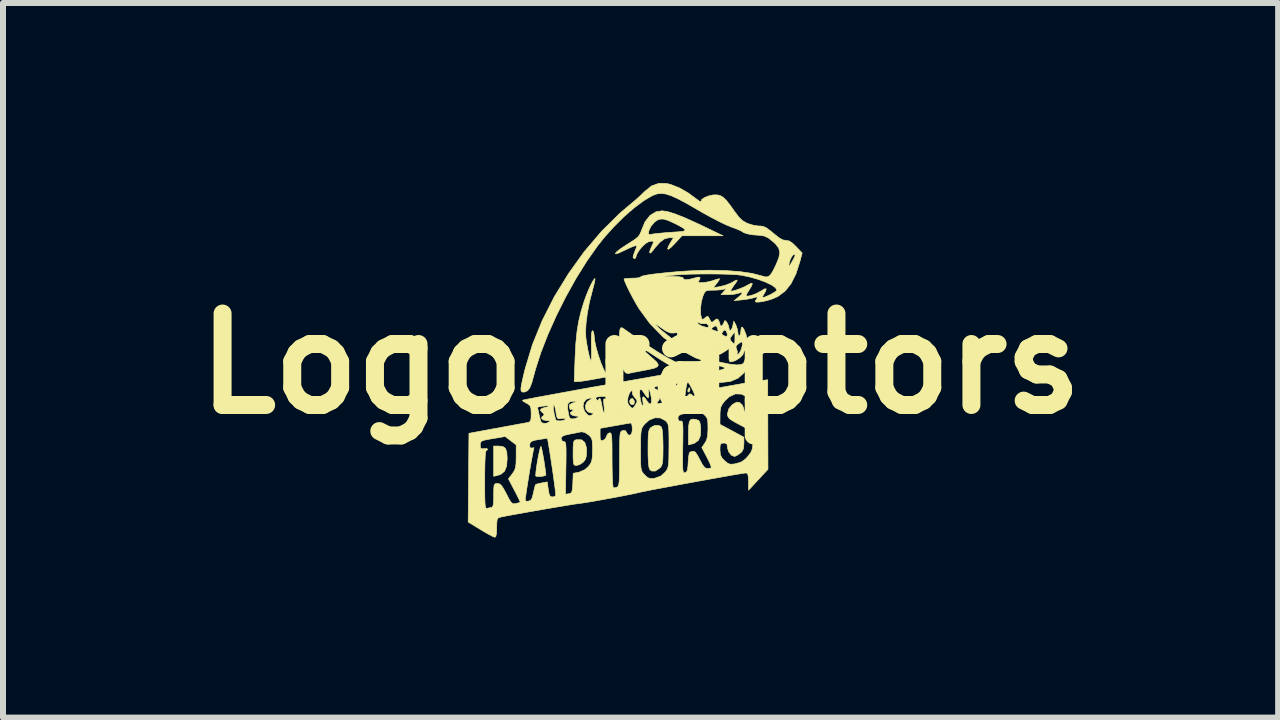
<source format=kicad_pcb>
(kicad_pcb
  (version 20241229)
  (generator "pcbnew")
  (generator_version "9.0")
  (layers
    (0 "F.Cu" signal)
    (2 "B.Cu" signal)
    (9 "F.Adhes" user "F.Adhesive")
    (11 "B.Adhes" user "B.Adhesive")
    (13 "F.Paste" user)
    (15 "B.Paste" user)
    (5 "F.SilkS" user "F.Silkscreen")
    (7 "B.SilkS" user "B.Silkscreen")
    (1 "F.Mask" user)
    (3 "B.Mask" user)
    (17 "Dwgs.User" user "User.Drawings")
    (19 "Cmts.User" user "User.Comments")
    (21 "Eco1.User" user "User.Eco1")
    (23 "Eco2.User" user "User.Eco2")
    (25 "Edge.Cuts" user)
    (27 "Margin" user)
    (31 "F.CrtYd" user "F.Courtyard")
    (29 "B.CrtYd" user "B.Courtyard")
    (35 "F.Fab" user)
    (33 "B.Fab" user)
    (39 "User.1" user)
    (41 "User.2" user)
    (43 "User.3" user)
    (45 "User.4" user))
  (footprint "Logo raptors"
    (layer "F.Cu")
    (at 7.627 3.011)
    (property "Reference" "Logo raptors" (at 0 0 0) (layer "F.SilkS") (effects (font (size 1.524 1.524) (thickness 0.3))))
    (attr through_hole)
    (fp_poly (pts (xy 0.823 0.42) (xy 0.824 0.437) (xy 0.811 0.47) (xy 0.8 0.475) (xy 0.786 0.456) (xy 0.79 0.437) (xy 0.808 0.404) (xy 0.814 0.4) (xy 0.823 0.42)) (stroke (width 0.01) (type solid)) (fill yes) (layer "F.SilkS"))
    (fp_poly (pts (xy -0.356 0.537) (xy -0.357 0.563) (xy -0.389 0.584) (xy -0.428 0.598) (xy -0.447 0.593) (xy -0.457 0.583) (xy -0.464 0.553) (xy -0.433 0.53) (xy -0.398 0.524) (xy -0.356 0.537)) (stroke (width 0.01) (type solid)) (fill yes) (layer "F.SilkS"))
    (fp_poly (pts (xy -0.128 0.585) (xy -0.103 0.623) (xy -0.107 0.668) (xy -0.122 0.685) (xy -0.155 0.681) (xy -0.171 0.667) (xy -0.183 0.628) (xy -0.169 0.592) (xy -0.139 0.581) (xy -0.128 0.585)) (stroke (width 0.01) (type solid)) (fill yes) (layer "F.SilkS"))
    (fp_poly (pts (xy -2.295 1.382) (xy -2.252 1.412) (xy -2.23 1.474) (xy -2.223 1.575) (xy -2.223 1.588) (xy -2.233 1.71) (xy -2.266 1.793) (xy -2.327 1.844) (xy -2.379 1.862) (xy -2.448 1.879) (xy -2.448 1.374) (xy -2.365 1.374) (xy -2.295 1.382)) (stroke (width 0.01) (type solid)) (fill yes) (layer "F.SilkS"))
    (fp_poly (pts (xy 0.934 0.934) (xy 0.97 0.949) (xy 0.989 0.98) (xy 1 1.04) (xy 1.003 1.085) (xy 0.998 1.201) (xy 0.965 1.279) (xy 0.901 1.326) (xy 0.865 1.338) (xy 0.799 1.354) (xy 0.799 1.151) (xy 0.802 1.038) (xy 0.814 0.967) (xy 0.839 0.932) (xy 0.882 0.924) (xy 0.934 0.934)) (stroke (width 0.01) (type solid)) (fill yes) (layer "F.SilkS"))
    (fp_poly (pts (xy -0.982 1.27) (xy -0.929 1.314) (xy -0.902 1.4) (xy -0.899 1.458) (xy -0.904 1.546) (xy -0.924 1.604) (xy -0.957 1.644) (xy -1.015 1.683) (xy -1.069 1.698) (xy -1.096 1.695) (xy -1.112 1.679) (xy -1.12 1.641) (xy -1.124 1.57) (xy -1.124 1.489) (xy -1.123 1.387) (xy -1.119 1.324) (xy -1.108 1.29) (xy -1.089 1.274) (xy -1.062 1.268) (xy -0.982 1.27)) (stroke (width 0.01) (type solid)) (fill yes) (layer "F.SilkS"))
    (fp_poly (pts (xy -1.659 1.38) (xy -1.65 1.407) (xy -1.637 1.47) (xy -1.621 1.555) (xy -1.605 1.649) (xy -1.592 1.74) (xy -1.582 1.812) (xy -1.578 1.855) (xy -1.579 1.861) (xy -1.616 1.874) (xy -1.67 1.882) (xy -1.721 1.882) (xy -1.748 1.873) (xy -1.748 1.871) (xy -1.744 1.81) (xy -1.734 1.727) (xy -1.719 1.632) (xy -1.702 1.538) (xy -1.685 1.456) (xy -1.67 1.4) (xy -1.66 1.379) (xy -1.659 1.38)) (stroke (width 0.01) (type solid)) (fill yes) (layer "F.SilkS"))
    (fp_poly (pts (xy 0.307 1.031) (xy 0.345 1.054) (xy 0.36 1.097) (xy 0.37 1.188) (xy 0.374 1.33) (xy 0.375 1.387) (xy 0.374 1.515) (xy 0.371 1.604) (xy 0.364 1.662) (xy 0.352 1.7) (xy 0.333 1.728) (xy 0.317 1.744) (xy 0.246 1.791) (xy 0.185 1.79) (xy 0.155 1.768) (xy 0.14 1.727) (xy 0.13 1.639) (xy 0.125 1.502) (xy 0.125 1.422) (xy 0.126 1.288) (xy 0.129 1.195) (xy 0.136 1.134) (xy 0.148 1.095) (xy 0.166 1.07) (xy 0.171 1.065) (xy 0.238 1.029) (xy 0.307 1.031)) (stroke (width 0.01) (type solid)) (fill yes) (layer "F.SilkS"))
    (fp_poly (pts (xy -0.761 -1.389) (xy -0.774 -1.325) (xy -0.797 -1.237) (xy -0.81 -1.189) (xy -0.853 -1.019) (xy -0.886 -0.843) (xy -0.908 -0.674) (xy -0.916 -0.527) (xy -0.911 -0.428) (xy -0.894 -0.318) (xy -0.875 -0.214) (xy -0.855 -0.128) (xy -0.838 -0.069) (xy -0.826 -0.05) (xy -0.821 -0.073) (xy -0.818 -0.136) (xy -0.818 -0.227) (xy -0.82 -0.3) (xy -0.821 -0.431) (xy -0.816 -0.514) (xy -0.804 -0.548) (xy -0.801 -0.549) (xy -0.783 -0.528) (xy -0.774 -0.474) (xy -0.774 -0.468) (xy -0.765 -0.382) (xy -0.74 -0.267) (xy -0.703 -0.138) (xy -0.661 -0.014) (xy -0.617 0.09) (xy -0.612 0.099) (xy -0.552 0.219) (xy -0.773 0.259) (xy -0.879 0.278) (xy -0.971 0.292) (xy -1.036 0.299) (xy -1.05 0.3) (xy -1.106 0.3) (xy -1.091 -0.106) (xy -1.079 -0.334) (xy -1.06 -0.528) (xy -1.032 -0.701) (xy -0.992 -0.868) (xy -0.945 -1.024) (xy -0.91 -1.123) (xy -0.87 -1.222) (xy -0.83 -1.31) (xy -0.794 -1.377) (xy -0.769 -1.414) (xy -0.759 -1.417) (xy -0.761 -1.389)) (stroke (width 0.01) (type solid)) (fill yes) (layer "F.SilkS"))
    (fp_poly (pts (xy 0.446 -2.535) (xy 0.569 -2.498) (xy 0.729 -2.435) (xy 0.929 -2.345) (xy 1.043 -2.291) (xy 1.375 -2.131) (xy 0.69 -2.131) (xy 0.57 -2) (xy 0.503 -1.933) (xy 0.463 -1.905) (xy 0.451 -1.915) (xy 0.469 -1.963) (xy 0.499 -2.017) (xy 0.549 -2.098) (xy 0.472 -2.098) (xy 0.402 -2.081) (xy 0.327 -2.027) (xy 0.242 -1.933) (xy 0.206 -1.886) (xy 0.17 -1.846) (xy 0.152 -1.846) (xy 0.156 -1.881) (xy 0.181 -1.945) (xy 0.188 -1.958) (xy 0.214 -2.017) (xy 0.207 -2.042) (xy 0.162 -2.039) (xy 0.138 -2.033) (xy 0.086 -2.004) (xy 0.025 -1.947) (xy -0.03 -1.879) (xy -0.067 -1.815) (xy -0.075 -1.782) (xy -0.09 -1.751) (xy -0.1 -1.748) (xy -0.124 -1.767) (xy -0.125 -1.774) (xy -0.116 -1.812) (xy -0.094 -1.874) (xy -0.088 -1.888) (xy -0.066 -1.945) (xy -0.066 -1.966) (xy -0.092 -1.963) (xy -0.107 -1.959) (xy -0.161 -1.938) (xy -0.237 -1.903) (xy -0.283 -1.881) (xy -0.367 -1.842) (xy -0.412 -1.829) (xy -0.42 -1.838) (xy -0.393 -1.868) (xy -0.334 -1.914) (xy -0.244 -1.974) (xy -0.177 -2.016) (xy -0.09 -2.073) (xy -0.036 -2.119) (xy -0.007 -2.164) (xy 0.131 -2.164) (xy 0.148 -2.15) (xy 0.192 -2.158) (xy 0.247 -2.166) (xy 0.336 -2.175) (xy 0.447 -2.185) (xy 0.522 -2.19) (xy 0.645 -2.198) (xy 0.719 -2.208) (xy 0.745 -2.224) (xy 0.726 -2.25) (xy 0.663 -2.288) (xy 0.574 -2.334) (xy 0.46 -2.387) (xy 0.374 -2.411) (xy 0.307 -2.406) (xy 0.249 -2.372) (xy 0.229 -2.355) (xy 0.176 -2.292) (xy 0.142 -2.225) (xy 0.139 -2.213) (xy 0.131 -2.164) (xy -0.007 -2.164) (xy -0.004 -2.168) (xy 0.013 -2.214) (xy 0.074 -2.362) (xy 0.157 -2.469) (xy 0.259 -2.531) (xy 0.36 -2.547) (xy 0.446 -2.535)) (stroke (width 0.01) (type solid)) (fill yes) (layer "F.SilkS"))
    (fp_poly (pts (xy 0.443 -3.001) (xy 0.509 -2.984) (xy 0.655 -2.926) (xy 0.793 -2.846) (xy 0.918 -2.754) (xy 0.972 -2.714) (xy 1.005 -2.698) (xy 1.01 -2.705) (xy 1.021 -2.737) (xy 1.068 -2.769) (xy 1.136 -2.795) (xy 1.212 -2.812) (xy 1.282 -2.812) (xy 1.287 -2.811) (xy 1.337 -2.797) (xy 1.383 -2.768) (xy 1.433 -2.718) (xy 1.494 -2.64) (xy 1.571 -2.532) (xy 1.639 -2.442) (xy 1.699 -2.384) (xy 1.766 -2.345) (xy 1.794 -2.333) (xy 1.88 -2.307) (xy 1.962 -2.294) (xy 1.989 -2.294) (xy 2.041 -2.289) (xy 2.096 -2.264) (xy 2.168 -2.211) (xy 2.214 -2.173) (xy 2.305 -2.1) (xy 2.373 -2.062) (xy 2.425 -2.053) (xy 2.477 -2.045) (xy 2.536 -2.005) (xy 2.591 -1.952) (xy 2.694 -1.844) (xy 2.657 -1.704) (xy 2.591 -1.498) (xy 2.51 -1.335) (xy 2.412 -1.211) (xy 2.293 -1.122) (xy 2.269 -1.11) (xy 2.195 -1.078) (xy 2.112 -1.052) (xy 2.032 -1.034) (xy 1.965 -1.025) (xy 1.921 -1.027) (xy 1.911 -1.043) (xy 1.917 -1.051) (xy 1.945 -1.092) (xy 1.939 -1.112) (xy 1.904 -1.103) (xy 1.857 -1.089) (xy 1.778 -1.074) (xy 1.711 -1.065) (xy 1.561 -1.05) (xy 1.63 -1.106) (xy 1.683 -1.156) (xy 1.695 -1.182) (xy 1.666 -1.184) (xy 1.634 -1.173) (xy 1.569 -1.158) (xy 1.483 -1.15) (xy 1.456 -1.149) (xy 1.341 -1.149) (xy 1.389 -1.203) (xy 1.419 -1.24) (xy 1.417 -1.249) (xy 1.39 -1.241) (xy 1.34 -1.231) (xy 1.261 -1.225) (xy 1.212 -1.224) (xy 1.134 -1.222) (xy 1.09 -1.21) (xy 1.064 -1.18) (xy 1.039 -1.123) (xy 1.013 -1.028) (xy 1 -0.92) (xy 1.002 -0.82) (xy 1.015 -0.763) (xy 1.03 -0.736) (xy 1.054 -0.745) (xy 1.076 -0.764) (xy 1.111 -0.789) (xy 1.132 -0.778) (xy 1.152 -0.74) (xy 1.176 -0.695) (xy 1.199 -0.692) (xy 1.229 -0.717) (xy 1.267 -0.745) (xy 1.291 -0.736) (xy 1.3 -0.723) (xy 1.321 -0.674) (xy 1.323 -0.656) (xy 1.335 -0.626) (xy 1.361 -0.633) (xy 1.385 -0.672) (xy 1.388 -0.679) (xy 1.403 -0.717) (xy 1.421 -0.71) (xy 1.439 -0.687) (xy 1.467 -0.63) (xy 1.474 -0.595) (xy 1.482 -0.554) (xy 1.503 -0.555) (xy 1.526 -0.591) (xy 1.537 -0.629) (xy 1.554 -0.708) (xy 1.588 -0.648) (xy 1.614 -0.574) (xy 1.623 -0.517) (xy 1.63 -0.471) (xy 1.648 -0.462) (xy 1.666 -0.496) (xy 1.673 -0.552) (xy 1.68 -0.604) (xy 1.697 -0.609) (xy 1.724 -0.57) (xy 1.757 -0.488) (xy 1.759 -0.481) (xy 1.808 -0.287) (xy 1.817 -0.114) (xy 1.788 0.034) (xy 1.724 0.154) (xy 1.625 0.243) (xy 1.495 0.298) (xy 1.336 0.315) (xy 1.232 0.306) (xy 1.074 0.284) (xy 1.074 0.367) (xy 1.078 0.423) (xy 1.097 0.442) (xy 1.13 0.438) (xy 1.204 0.423) (xy 1.312 0.402) (xy 1.444 0.378) (xy 1.585 0.353) (xy 1.724 0.328) (xy 1.848 0.307) (xy 1.944 0.292) (xy 1.99 0.285) (xy 2.12 0.269) (xy 2.122 1.015) (xy 2.124 1.762) (xy 1.962 1.936) (xy 1.801 2.11) (xy 1.799 1.967) (xy 1.796 1.885) (xy 1.787 1.841) (xy 1.767 1.825) (xy 1.752 1.823) (xy 1.716 1.828) (xy 1.639 1.84) (xy 1.526 1.859) (xy 1.385 1.884) (xy 1.223 1.913) (xy 1.047 1.945) (xy 0.864 1.978) (xy 0.681 2.012) (xy 0.504 2.045) (xy 0.342 2.075) (xy 0.2 2.102) (xy 0.086 2.125) (xy 0.007 2.141) (xy -0.025 2.148) (xy -0.097 2.165) (xy -0.206 2.187) (xy -0.342 2.214) (xy -0.493 2.242) (xy -0.647 2.27) (xy -0.793 2.296) (xy -0.92 2.317) (xy -1.015 2.331) (xy -1.049 2.335) (xy -1.106 2.343) (xy -1.203 2.359) (xy -1.331 2.38) (xy -1.481 2.405) (xy -1.643 2.433) (xy -1.808 2.462) (xy -1.967 2.49) (xy -2.11 2.516) (xy -2.23 2.538) (xy -2.315 2.555) (xy -2.341 2.561) (xy -2.372 2.572) (xy -2.389 2.597) (xy -2.396 2.648) (xy -2.398 2.735) (xy -2.401 2.832) (xy -2.413 2.883) (xy -2.429 2.895) (xy -2.463 2.882) (xy -2.528 2.848) (xy -2.613 2.799) (xy -2.666 2.767) (xy -2.873 2.641) (xy -2.866 1.901) (xy -2.862 1.366) (xy -2.672 1.366) (xy -2.665 1.411) (xy -2.633 1.421) (xy -2.61 1.417) (xy -2.564 1.416) (xy -2.547 1.427) (xy -2.567 1.448) (xy -2.572 1.449) (xy -2.582 1.473) (xy -2.589 1.544) (xy -2.594 1.66) (xy -2.597 1.816) (xy -2.597 1.938) (xy -2.597 2.107) (xy -2.596 2.232) (xy -2.593 2.319) (xy -2.588 2.374) (xy -2.58 2.404) (xy -2.569 2.414) (xy -2.558 2.413) (xy -2.502 2.399) (xy -2.483 2.398) (xy -2.465 2.386) (xy -2.454 2.347) (xy -2.448 2.272) (xy -2.448 2.198) (xy -2.447 2.099) (xy -2.443 2.039) (xy -2.432 2.01) (xy -2.411 1.999) (xy -2.385 1.998) (xy -2.35 2.005) (xy -2.317 2.033) (xy -2.28 2.089) (xy -2.235 2.173) (xy -2.19 2.261) (xy -2.157 2.312) (xy -2.13 2.334) (xy -2.1 2.336) (xy -2.079 2.332) (xy -2.027 2.319) (xy -2.005 2.312) (xy -2.013 2.289) (xy -2.017 2.281) (xy -1.923 2.281) (xy -1.902 2.294) (xy -1.867 2.293) (xy -1.832 2.279) (xy -1.808 2.241) (xy -1.788 2.166) (xy -1.786 2.156) (xy -1.77 2.081) (xy -1.755 2.029) (xy -1.748 2.016) (xy -1.718 2.004) (xy -1.658 1.991) (xy -1.645 1.988) (xy -1.555 1.972) (xy -1.538 2.097) (xy -1.524 2.174) (xy -1.505 2.212) (xy -1.475 2.223) (xy -1.474 2.223) (xy -1.429 2.214) (xy -1.415 2.204) (xy -1.415 2.175) (xy -1.422 2.105) (xy -1.435 2.004) (xy -1.452 1.879) (xy -1.472 1.739) (xy -1.494 1.594) (xy -1.516 1.452) (xy -1.537 1.327) (xy -1.55 1.251) (xy -1.324 1.251) (xy -1.305 1.291) (xy -1.28 1.299) (xy -1.264 1.302) (xy -1.253 1.317) (xy -1.246 1.35) (xy -1.242 1.409) (xy -1.241 1.499) (xy -1.242 1.628) (xy -1.244 1.738) (xy -1.251 2.177) (xy -1.194 2.169) (xy -1.163 2.16) (xy -1.145 2.136) (xy -1.135 2.087) (xy -1.129 2) (xy -1.129 1.994) (xy -1.122 1.828) (xy -1.029 1.811) (xy -0.929 1.768) (xy -0.869 1.715) (xy -0.834 1.669) (xy -0.814 1.622) (xy -0.804 1.56) (xy -0.8 1.466) (xy -0.8 1.441) (xy -0.801 1.341) (xy -0.807 1.278) (xy -0.822 1.236) (xy -0.85 1.203) (xy -0.868 1.187) (xy -0.929 1.148) (xy -0.984 1.136) (xy -0.987 1.137) (xy -1.038 1.147) (xy -1.118 1.163) (xy -1.18 1.175) (xy -1.264 1.194) (xy -1.308 1.215) (xy -1.323 1.242) (xy -1.324 1.251) (xy -1.55 1.251) (xy -1.552 1.244) (xy -1.666 1.261) (xy -1.76 1.277) (xy -1.815 1.295) (xy -1.841 1.32) (xy -1.848 1.357) (xy -1.848 1.363) (xy -1.84 1.405) (xy -1.81 1.407) (xy -1.806 1.406) (xy -1.777 1.402) (xy -1.781 1.432) (xy -1.784 1.438) (xy -1.792 1.474) (xy -1.806 1.549) (xy -1.825 1.652) (xy -1.846 1.773) (xy -1.867 1.901) (xy -1.887 2.026) (xy -1.904 2.137) (xy -1.916 2.224) (xy -1.922 2.275) (xy -1.923 2.281) (xy -2.017 2.281) (xy -2.04 2.233) (xy -2.08 2.153) (xy -2.101 2.114) (xy -2.202 1.921) (xy -2.137 1.836) (xy -2.104 1.787) (xy -2.085 1.736) (xy -2.076 1.668) (xy -2.073 1.569) (xy -2.073 1.553) (xy -2.073 1.355) (xy -2.164 1.285) (xy -2.256 1.215) (xy -2.445 1.247) (xy -2.552 1.265) (xy -2.618 1.28) (xy -2.654 1.297) (xy -2.669 1.32) (xy -2.672 1.354) (xy -2.672 1.366) (xy -2.862 1.366) (xy -2.86 1.162) (xy -2.423 1.081) (xy -2.407 1.079) (xy -0.674 1.079) (xy -0.674 1.186) (xy -0.672 1.253) (xy -0.659 1.281) (xy -0.632 1.283) (xy -0.626 1.281) (xy -0.583 1.249) (xy -0.57 1.215) (xy -0.546 1.169) (xy -0.518 1.154) (xy -0.503 1.154) (xy -0.492 1.166) (xy -0.484 1.197) (xy -0.479 1.253) (xy -0.476 1.339) (xy -0.475 1.464) (xy -0.475 1.609) (xy -0.473 1.762) (xy -0.47 1.892) (xy -0.465 1.992) (xy -0.458 2.054) (xy -0.452 2.073) (xy -0.41 2.065) (xy -0.389 2.058) (xy -0.375 2.046) (xy -0.365 2.02) (xy -0.357 1.973) (xy -0.353 1.898) (xy -0.351 1.788) (xy -0.35 1.636) (xy -0.35 1.586) (xy -0.35 1.573) (xy 0.001 1.573) (xy 0.002 1.671) (xy 0.007 1.737) (xy 0.017 1.781) (xy 0.032 1.813) (xy 0.056 1.841) (xy 0.069 1.855) (xy 0.121 1.902) (xy 0.172 1.917) (xy 0.236 1.911) (xy 0.338 1.874) (xy 0.404 1.816) (xy 0.431 1.783) (xy 0.449 1.752) (xy 0.461 1.712) (xy 0.469 1.656) (xy 0.472 1.572) (xy 0.473 1.453) (xy 0.474 1.372) (xy 0.474 1.23) (xy 0.472 1.129) (xy 0.468 1.06) (xy 0.459 1.015) (xy 0.445 0.985) (xy 0.424 0.961) (xy 0.413 0.95) (xy 0.342 0.911) (xy 0.624 0.911) (xy 0.634 0.954) (xy 0.668 0.958) (xy 0.684 0.957) (xy 0.695 0.968) (xy 0.702 0.998) (xy 0.706 1.053) (xy 0.707 1.139) (xy 0.706 1.265) (xy 0.704 1.387) (xy 0.702 1.545) (xy 0.702 1.66) (xy 0.703 1.738) (xy 0.708 1.786) (xy 0.716 1.811) (xy 0.729 1.82) (xy 0.742 1.819) (xy 0.767 1.805) (xy 0.782 1.77) (xy 0.791 1.702) (xy 0.794 1.642) (xy 0.801 1.558) (xy 0.811 1.497) (xy 0.823 1.474) (xy 0.823 1.474) (xy 0.865 1.465) (xy 0.88 1.46) (xy 0.911 1.473) (xy 0.953 1.533) (xy 0.986 1.598) (xy 1.032 1.684) (xy 1.069 1.732) (xy 1.105 1.748) (xy 1.112 1.748) (xy 1.161 1.743) (xy 1.179 1.735) (xy 1.174 1.708) (xy 1.151 1.65) (xy 1.112 1.571) (xy 1.106 1.56) (xy 1.041 1.436) (xy 1.324 1.436) (xy 1.33 1.516) (xy 1.357 1.572) (xy 1.402 1.619) (xy 1.455 1.662) (xy 1.5 1.678) (xy 1.561 1.673) (xy 1.596 1.666) (xy 1.684 1.638) (xy 1.753 1.586) (xy 1.792 1.543) (xy 1.839 1.48) (xy 1.863 1.422) (xy 1.872 1.35) (xy 1.873 1.289) (xy 1.873 1.135) (xy 1.661 1.023) (xy 1.562 0.97) (xy 1.5 0.932) (xy 1.466 0.9) (xy 1.452 0.869) (xy 1.449 0.835) (xy 1.471 0.754) (xy 1.53 0.683) (xy 1.602 0.642) (xy 1.651 0.648) (xy 1.695 0.688) (xy 1.721 0.748) (xy 1.723 0.77) (xy 1.74 0.815) (xy 1.789 0.822) (xy 1.834 0.809) (xy 1.864 0.772) (xy 1.873 0.71) (xy 1.863 0.646) (xy 1.825 0.593) (xy 1.785 0.56) (xy 1.683 0.508) (xy 1.581 0.505) (xy 1.481 0.551) (xy 1.41 0.616) (xy 1.362 0.677) (xy 1.336 0.732) (xy 1.326 0.802) (xy 1.325 0.862) (xy 1.324 1.012) (xy 1.524 1.119) (xy 1.723 1.227) (xy 1.723 1.336) (xy 1.716 1.415) (xy 1.69 1.467) (xy 1.657 1.497) (xy 1.605 1.532) (xy 1.567 1.548) (xy 1.566 1.548) (xy 1.515 1.527) (xy 1.472 1.474) (xy 1.449 1.408) (xy 1.449 1.395) (xy 1.441 1.343) (xy 1.409 1.325) (xy 1.386 1.324) (xy 1.348 1.328) (xy 1.329 1.351) (xy 1.324 1.406) (xy 1.324 1.436) (xy 1.041 1.436) (xy 1.021 1.399) (xy 1.072 1.326) (xy 1.102 1.271) (xy 1.118 1.201) (xy 1.124 1.1) (xy 1.124 1.079) (xy 1.122 0.985) (xy 1.114 0.925) (xy 1.095 0.886) (xy 1.06 0.85) (xy 1.048 0.84) (xy 0.993 0.802) (xy 0.949 0.786) (xy 0.942 0.786) (xy 0.902 0.796) (xy 0.831 0.812) (xy 0.768 0.824) (xy 0.687 0.843) (xy 0.643 0.862) (xy 0.626 0.888) (xy 0.624 0.911) (xy 0.342 0.911) (xy 0.333 0.906) (xy 0.24 0.903) (xy 0.147 0.94) (xy 0.073 1.003) (xy 0.045 1.038) (xy 0.025 1.07) (xy 0.013 1.11) (xy 0.006 1.167) (xy 0.002 1.251) (xy 0.001 1.371) (xy 0.001 1.435) (xy 0.001 1.573) (xy -0.35 1.573) (xy -0.349 1.425) (xy -0.348 1.307) (xy -0.345 1.224) (xy -0.34 1.171) (xy -0.331 1.14) (xy -0.318 1.125) (xy -0.301 1.117) (xy -0.297 1.116) (xy -0.251 1.118) (xy -0.231 1.152) (xy -0.204 1.189) (xy -0.178 1.193) (xy -0.149 1.171) (xy -0.138 1.111) (xy -0.137 1.086) (xy -0.143 1.025) (xy -0.157 0.992) (xy -0.162 0.99) (xy -0.196 0.995) (xy -0.268 1.007) (xy -0.364 1.024) (xy -0.431 1.036) (xy -0.674 1.079) (xy -2.407 1.079) (xy -2.275 1.054) (xy -2.139 1.029) (xy -2.025 1.008) (xy -1.942 0.993) (xy -1.904 0.986) (xy -1.858 0.976) (xy -1.834 0.955) (xy -1.825 0.912) (xy -1.823 0.836) (xy -1.826 0.756) (xy -1.833 0.726) (xy -1.718 0.726) (xy -1.695 0.831) (xy -1.678 0.904) (xy -1.664 0.958) (xy -1.661 0.968) (xy -1.629 0.994) (xy -1.574 0.995) (xy -1.524 0.974) (xy -1.509 0.957) (xy -1.537 0.95) (xy -1.567 0.949) (xy -1.623 0.938) (xy -1.651 0.911) (xy -1.641 0.881) (xy -1.617 0.867) (xy -1.606 0.847) (xy -1.636 0.815) (xy -1.669 0.783) (xy -1.662 0.76) (xy -1.648 0.75) (xy -1.591 0.728) (xy -1.563 0.725) (xy -1.531 0.718) (xy -1.531 0.715) (xy -1.454 0.715) (xy -1.45 0.776) (xy -1.436 0.851) (xy -1.417 0.925) (xy -1.413 0.939) (xy -1.386 0.953) (xy -1.335 0.955) (xy -1.283 0.946) (xy -1.251 0.928) (xy -1.249 0.922) (xy -1.27 0.911) (xy -1.32 0.915) (xy -1.321 0.915) (xy -1.364 0.921) (xy -1.387 0.908) (xy -1.401 0.867) (xy -1.411 0.802) (xy -1.424 0.734) (xy -1.217 0.734) (xy -1.211 0.777) (xy -1.198 0.848) (xy -1.186 0.897) (xy -1.182 0.905) (xy -1.147 0.922) (xy -1.092 0.917) (xy -1.049 0.899) (xy -1.032 0.882) (xy -1.058 0.875) (xy -1.079 0.875) (xy -1.131 0.864) (xy -1.165 0.842) (xy -1.171 0.817) (xy -1.153 0.805) (xy -1.126 0.779) (xy -1.124 0.771) (xy -1.139 0.758) (xy -1.149 0.762) (xy -1.172 0.768) (xy -1.174 0.765) (xy -1.182 0.734) (xy -1.188 0.716) (xy -0.958 0.716) (xy -0.935 0.79) (xy -0.923 0.808) (xy -0.879 0.857) (xy -0.847 0.871) (xy -0.807 0.854) (xy -0.799 0.849) (xy -0.779 0.831) (xy -0.803 0.825) (xy -0.815 0.825) (xy -0.878 0.805) (xy -0.914 0.758) (xy -0.919 0.697) (xy -0.891 0.639) (xy -0.849 0.607) (xy -0.808 0.584) (xy -0.811 0.576) (xy -0.84 0.575) (xy -0.906 0.595) (xy -0.947 0.647) (xy -0.958 0.716) (xy -1.188 0.716) (xy -1.189 0.715) (xy -1.183 0.683) (xy -1.135 0.658) (xy -1.12 0.653) (xy -1.07 0.637) (xy -1.065 0.63) (xy -1.099 0.627) (xy -1.173 0.634) (xy -1.21 0.667) (xy -1.217 0.734) (xy -1.424 0.734) (xy -1.424 0.733) (xy -1.439 0.692) (xy -1.448 0.687) (xy -1.454 0.715) (xy -1.531 0.715) (xy -1.531 0.709) (xy -1.563 0.703) (xy -1.623 0.708) (xy -1.632 0.709) (xy -1.718 0.726) (xy -1.833 0.726) (xy -1.837 0.71) (xy -1.866 0.68) (xy -1.9 0.661) (xy -1.949 0.632) (xy -1.968 0.613) (xy -1.968 0.611) (xy -1.942 0.604) (xy -1.871 0.59) (xy -1.762 0.569) (xy -1.754 0.567) (xy -0.746 0.567) (xy -0.742 0.59) (xy -0.736 0.6) (xy -0.714 0.615) (xy -0.698 0.597) (xy -0.681 0.58) (xy -0.667 0.595) (xy -0.653 0.649) (xy -0.638 0.731) (xy -0.622 0.8) (xy -0.61 0.823) (xy -0.603 0.802) (xy -0.605 0.741) (xy -0.609 0.7) (xy -0.617 0.627) (xy -0.614 0.593) (xy -0.597 0.587) (xy -0.584 0.591) (xy -0.554 0.594) (xy -0.555 0.572) (xy -0.589 0.547) (xy -0.652 0.546) (xy -0.719 0.555) (xy -0.746 0.567) (xy -1.754 0.567) (xy -1.618 0.542) (xy -1.444 0.51) (xy -1.368 0.496) (xy -0.507 0.496) (xy -0.491 0.591) (xy -0.48 0.666) (xy -0.475 0.724) (xy -0.475 0.731) (xy -0.463 0.768) (xy -0.449 0.774) (xy -0.435 0.754) (xy -0.438 0.717) (xy -0.438 0.669) (xy -0.43 0.662) (xy -0.395 0.662) (xy -0.39 0.687) (xy -0.362 0.724) (xy -0.325 0.757) (xy -0.304 0.762) (xy -0.31 0.737) (xy -0.337 0.699) (xy -0.374 0.667) (xy -0.395 0.662) (xy -0.43 0.662) (xy -0.401 0.636) (xy -0.389 0.63) (xy -0.218 0.63) (xy -0.204 0.678) (xy -0.186 0.701) (xy -0.149 0.739) (xy -0.126 0.741) (xy -0.098 0.707) (xy -0.085 0.686) (xy -0.059 0.639) (xy -0.063 0.606) (xy -0.099 0.563) (xy -0.134 0.512) (xy -0.137 0.474) (xy -0.137 0.473) (xy -0.135 0.462) (xy -0.016 0.462) (xy -0.011 0.542) (xy -0.011 0.543) (xy 0.004 0.632) (xy 0.019 0.681) (xy 0.036 0.699) (xy 0.041 0.699) (xy 0.045 0.678) (xy 0.038 0.627) (xy 0.037 0.624) (xy 0.033 0.567) (xy 0.05 0.552) (xy 0.081 0.582) (xy 0.1 0.612) (xy 0.14 0.666) (xy 0.17 0.673) (xy 0.185 0.635) (xy 0.182 0.581) (xy 0.168 0.508) (xy 0.153 0.454) (xy 0.14 0.425) (xy 0.132 0.43) (xy 0.134 0.474) (xy 0.135 0.481) (xy 0.138 0.549) (xy 0.125 0.571) (xy 0.096 0.545) (xy 0.066 0.5) (xy 0.024 0.44) (xy -0.004 0.428) (xy -0.016 0.462) (xy -0.135 0.462) (xy -0.135 0.452) (xy -0.152 0.454) (xy -0.18 0.484) (xy -0.204 0.544) (xy -0.208 0.559) (xy -0.218 0.63) (xy -0.389 0.63) (xy -0.387 0.629) (xy -0.336 0.59) (xy -0.33 0.55) (xy -0.367 0.517) (xy -0.422 0.504) (xy -0.507 0.496) (xy -1.368 0.496) (xy -1.247 0.474) (xy -1.03 0.434) (xy -0.852 0.402) (xy 0.225 0.402) (xy 0.245 0.423) (xy 0.259 0.425) (xy 0.283 0.446) (xy 0.303 0.496) (xy 0.314 0.555) (xy 0.311 0.604) (xy 0.299 0.62) (xy 0.275 0.648) (xy 0.275 0.654) (xy 0.293 0.669) (xy 0.314 0.665) (xy 0.374 0.651) (xy 0.394 0.649) (xy 0.421 0.646) (xy 0.407 0.628) (xy 0.395 0.618) (xy 0.364 0.576) (xy 0.345 0.516) (xy 0.338 0.456) (xy 0.343 0.431) (xy 0.479 0.431) (xy 0.485 0.512) (xy 0.513 0.569) (xy 0.562 0.616) (xy 0.616 0.617) (xy 0.649 0.599) (xy 0.666 0.582) (xy 0.64 0.575) (xy 0.619 0.575) (xy 0.592 0.568) (xy 0.741 0.568) (xy 0.744 0.574) (xy 0.767 0.557) (xy 0.789 0.531) (xy 0.82 0.502) (xy 0.851 0.516) (xy 0.852 0.518) (xy 0.892 0.549) (xy 0.905 0.539) (xy 0.892 0.49) (xy 0.86 0.422) (xy 0.824 0.356) (xy 0.796 0.314) (xy 0.784 0.307) (xy 0.773 0.336) (xy 0.761 0.393) (xy 0.75 0.463) (xy 0.742 0.526) (xy 0.741 0.568) (xy 0.592 0.568) (xy 0.556 0.558) (xy 0.527 0.529) (xy 0.513 0.472) (xy 0.521 0.416) (xy 0.547 0.379) (xy 0.563 0.375) (xy 0.605 0.358) (xy 0.612 0.35) (xy 0.612 0.328) (xy 0.584 0.326) (xy 0.543 0.342) (xy 0.514 0.364) (xy 0.479 0.431) (xy 0.343 0.431) (xy 0.347 0.412) (xy 0.365 0.4) (xy 0.391 0.389) (xy 0.39 0.379) (xy 0.359 0.367) (xy 0.307 0.369) (xy 0.255 0.38) (xy 0.226 0.398) (xy 0.225 0.402) (xy -0.852 0.402) (xy -0.799 0.393) (xy -0.558 0.35) (xy -0.313 0.307) (xy -0.069 0.264) (xy 0.169 0.222) (xy 0.316 0.196) (xy 0.446 0.171) (xy 0.549 0.15) (xy 0.62 0.133) (xy 0.649 0.123) (xy 0.649 0.122) (xy 0.629 0.103) (xy 0.578 0.077) (xy 0.57 0.073) (xy 0.519 0.047) (xy 0.438 -0.001) (xy 0.337 -0.063) (xy 0.226 -0.135) (xy 0.214 -0.143) (xy 0.111 -0.21) (xy 0.046 -0.249) (xy 0.021 -0.258) (xy 0.035 -0.238) (xy 0.089 -0.187) (xy 0.181 -0.106) (xy 0.208 -0.083) (xy 0.27 -0.025) (xy 0.296 0.018) (xy 0.284 0.05) (xy 0.23 0.076) (xy 0.131 0.099) (xy 0.069 0.111) (xy -0.038 0.131) (xy -0.129 0.148) (xy -0.191 0.162) (xy -0.207 0.166) (xy -0.249 0.154) (xy -0.286 0.1) (xy -0.316 0.007) (xy -0.339 -0.118) (xy -0.351 -0.268) (xy -0.354 -0.396) (xy -0.351 -0.505) (xy -0.343 -0.569) (xy -0.328 -0.598) (xy -0.304 -0.596) (xy -0.288 -0.586) (xy -0.063 -0.428) (xy 0.128 -0.297) (xy 0.292 -0.191) (xy 0.433 -0.106) (xy 0.557 -0.04) (xy 0.67 0.012) (xy 0.774 0.051) (xy 0.906 0.087) (xy 1.046 0.111) (xy 1.181 0.12) (xy 1.294 0.115) (xy 1.361 0.099) (xy 1.395 0.085) (xy 1.404 0.073) (xy 1.385 0.059) (xy 1.33 0.041) (xy 1.233 0.015) (xy 1.219 0.011) (xy 0.914 -0.097) (xy 0.634 -0.248) (xy 0.379 -0.44) (xy 0.175 -0.65) (xy 0.25 -0.65) (xy 0.281 -0.616) (xy 0.325 -0.574) (xy 0.585 -0.365) (xy 0.864 -0.197) (xy 1.156 -0.073) (xy 1.317 -0.026) (xy 1.482 0.008) (xy 1.606 0.022) (xy 1.686 0.013) (xy 1.717 -0.006) (xy 1.737 -0.049) (xy 1.752 -0.11) (xy 1.759 -0.171) (xy 1.756 -0.215) (xy 1.747 -0.225) (xy 1.725 -0.205) (xy 1.723 -0.192) (xy 1.703 -0.145) (xy 1.651 -0.094) (xy 1.584 -0.052) (xy 1.542 -0.037) (xy 1.501 -0.029) (xy 1.48 -0.041) (xy 1.474 -0.084) (xy 1.474 -0.135) (xy 1.474 -0.251) (xy 1.405 -0.202) (xy 1.337 -0.162) (xy 1.273 -0.137) (xy 1.233 -0.131) (xy 1.217 -0.146) (xy 1.217 -0.195) (xy 1.219 -0.222) (xy 1.223 -0.264) (xy 1.592 -0.264) (xy 1.6 -0.247) (xy 1.615 -0.198) (xy 1.611 -0.174) (xy 1.611 -0.152) (xy 1.618 -0.15) (xy 1.643 -0.17) (xy 1.669 -0.213) (xy 1.691 -0.28) (xy 1.698 -0.326) (xy 1.695 -0.359) (xy 1.676 -0.359) (xy 1.636 -0.335) (xy 1.595 -0.299) (xy 1.592 -0.264) (xy 1.223 -0.264) (xy 1.229 -0.322) (xy 1.134 -0.273) (xy 1.064 -0.243) (xy 1.006 -0.226) (xy 0.994 -0.225) (xy 0.965 -0.232) (xy 0.966 -0.263) (xy 0.975 -0.291) (xy 0.991 -0.341) (xy 0.993 -0.364) (xy 0.966 -0.363) (xy 0.908 -0.352) (xy 0.879 -0.345) (xy 0.799 -0.329) (xy 0.761 -0.335) (xy 0.759 -0.366) (xy 0.773 -0.398) (xy 0.786 -0.426) (xy 1.494 -0.426) (xy 1.496 -0.395) (xy 1.517 -0.368) (xy 1.55 -0.334) (xy 1.567 -0.334) (xy 1.573 -0.373) (xy 1.573 -0.427) (xy 1.573 -0.53) (xy 1.526 -0.471) (xy 1.494 -0.426) (xy 0.786 -0.426) (xy 0.788 -0.43) (xy 0.777 -0.442) (xy 0.731 -0.439) (xy 0.698 -0.434) (xy 0.633 -0.425) (xy 0.606 -0.431) (xy 0.606 -0.456) (xy 0.611 -0.471) (xy 0.616 -0.501) (xy 1.352 -0.501) (xy 1.37 -0.476) (xy 1.375 -0.473) (xy 1.426 -0.451) (xy 1.447 -0.469) (xy 1.448 -0.481) (xy 1.435 -0.53) (xy 1.427 -0.544) (xy 1.404 -0.562) (xy 1.374 -0.538) (xy 1.373 -0.536) (xy 1.352 -0.501) (xy 0.616 -0.501) (xy 0.617 -0.507) (xy 0.594 -0.516) (xy 0.557 -0.51) (xy 0.495 -0.511) (xy 0.425 -0.542) (xy 0.387 -0.568) (xy 0.364 -0.584) (xy 1.182 -0.584) (xy 1.192 -0.567) (xy 1.226 -0.553) (xy 1.278 -0.537) (xy 1.294 -0.548) (xy 1.281 -0.593) (xy 1.281 -0.594) (xy 1.261 -0.629) (xy 1.232 -0.623) (xy 1.214 -0.611) (xy 1.182 -0.584) (xy 0.364 -0.584) (xy 0.303 -0.626) (xy 0.258 -0.654) (xy 0.25 -0.65) (xy 0.175 -0.65) (xy 0.153 -0.673) (xy 0.148 -0.679) (xy 0.949 -0.679) (xy 0.97 -0.653) (xy 1.018 -0.628) (xy 1.094 -0.605) (xy 1.131 -0.607) (xy 1.134 -0.633) (xy 1.132 -0.639) (xy 1.099 -0.667) (xy 1.066 -0.665) (xy 1.009 -0.666) (xy 0.982 -0.678) (xy 0.953 -0.692) (xy 0.949 -0.679) (xy 0.148 -0.679) (xy -0.019 -0.907) (xy -0.069 -0.989) (xy -0.124 -1.087) (xy -0.178 -1.189) (xy -0.224 -1.283) (xy -0.258 -1.359) (xy -0.274 -1.406) (xy -0.275 -1.411) (xy -0.252 -1.418) (xy -0.194 -1.422) (xy -0.137 -1.424) (xy -0.062 -1.427) (xy -0.012 -1.436) (xy 0 -1.445) (xy 0.02 -1.456) (xy 0.387 -1.456) (xy 0.557 -1.452) (xy 0.65 -1.447) (xy 0.703 -1.436) (xy 0.712 -1.424) (xy 0.718 -1.405) (xy 0.76 -1.399) (xy 0.824 -1.407) (xy 0.897 -1.426) (xy 0.964 -1.443) (xy 0.994 -1.433) (xy 0.983 -1.398) (xy 0.975 -1.387) (xy 0.96 -1.361) (xy 0.98 -1.351) (xy 1.027 -1.35) (xy 1.108 -1.359) (xy 1.197 -1.381) (xy 1.21 -1.386) (xy 1.273 -1.406) (xy 1.312 -1.415) (xy 1.317 -1.414) (xy 1.308 -1.391) (xy 1.277 -1.346) (xy 1.269 -1.336) (xy 1.214 -1.266) (xy 1.325 -1.284) (xy 1.416 -1.307) (xy 1.503 -1.341) (xy 1.519 -1.35) (xy 1.585 -1.387) (xy 1.612 -1.393) (xy 1.603 -1.367) (xy 1.561 -1.31) (xy 1.523 -1.254) (xy 1.504 -1.217) (xy 1.505 -1.209) (xy 1.534 -1.21) (xy 1.593 -1.226) (xy 1.666 -1.253) (xy 1.739 -1.284) (xy 1.794 -1.314) (xy 1.846 -1.341) (xy 1.864 -1.332) (xy 1.847 -1.288) (xy 1.814 -1.233) (xy 1.778 -1.175) (xy 1.76 -1.137) (xy 1.76 -1.129) (xy 1.795 -1.125) (xy 1.857 -1.14) (xy 1.932 -1.169) (xy 2.002 -1.207) (xy 2.01 -1.212) (xy 2.07 -1.247) (xy 2.095 -1.245) (xy 2.085 -1.208) (xy 2.058 -1.16) (xy 2.034 -1.119) (xy 2.04 -1.103) (xy 2.079 -1.112) (xy 2.156 -1.147) (xy 2.165 -1.151) (xy 2.228 -1.186) (xy 2.267 -1.215) (xy 2.273 -1.224) (xy 2.249 -1.265) (xy 2.185 -1.31) (xy 2.088 -1.357) (xy 1.965 -1.403) (xy 1.826 -1.443) (xy 1.687 -1.472) (xy 1.604 -1.482) (xy 1.482 -1.489) (xy 1.332 -1.493) (xy 1.167 -1.495) (xy 0.996 -1.494) (xy 0.832 -1.491) (xy 0.685 -1.485) (xy 0.567 -1.476) (xy 0.549 -1.474) (xy 0.387 -1.456) (xy 0.02 -1.456) (xy 0.024 -1.458) (xy 0.09 -1.473) (xy 0.19 -1.489) (xy 0.317 -1.504) (xy 0.463 -1.519) (xy 0.62 -1.533) (xy 0.781 -1.544) (xy 0.938 -1.552) (xy 1.083 -1.556) (xy 1.149 -1.557) (xy 1.421 -1.551) (xy 1.659 -1.533) (xy 1.859 -1.504) (xy 2.014 -1.464) (xy 2.024 -1.461) (xy 2.083 -1.445) (xy 2.128 -1.449) (xy 2.167 -1.481) (xy 2.208 -1.546) (xy 2.254 -1.64) (xy 2.473 -1.64) (xy 2.474 -1.625) (xy 2.483 -1.63) (xy 2.504 -1.664) (xy 2.542 -1.73) (xy 2.573 -1.79) (xy 2.575 -1.819) (xy 2.562 -1.823) (xy 2.533 -1.802) (xy 2.503 -1.751) (xy 2.48 -1.688) (xy 2.473 -1.64) (xy 2.254 -1.64) (xy 2.258 -1.648) (xy 2.305 -1.764) (xy 2.321 -1.852) (xy 2.304 -1.924) (xy 2.253 -1.992) (xy 2.206 -2.035) (xy 2.13 -2.095) (xy 2.066 -2.126) (xy 1.995 -2.138) (xy 1.975 -2.139) (xy 1.872 -2.147) (xy 1.781 -2.163) (xy 1.718 -2.184) (xy 1.698 -2.199) (xy 1.67 -2.215) (xy 1.607 -2.242) (xy 1.522 -2.274) (xy 1.508 -2.279) (xy 1.426 -2.313) (xy 1.313 -2.367) (xy 1.18 -2.436) (xy 1.04 -2.513) (xy 0.945 -2.568) (xy 0.769 -2.67) (xy 0.626 -2.746) (xy 0.512 -2.798) (xy 0.419 -2.828) (xy 0.341 -2.837) (xy 0.271 -2.828) (xy 0.203 -2.803) (xy 0.198 -2.801) (xy 0.056 -2.717) (xy -0.104 -2.599) (xy -0.273 -2.452) (xy -0.441 -2.285) (xy -0.602 -2.106) (xy -0.714 -1.966) (xy -0.895 -1.709) (xy -1.074 -1.422) (xy -1.245 -1.115) (xy -1.403 -0.8) (xy -1.544 -0.485) (xy -1.662 -0.183) (xy -1.752 0.098) (xy -1.777 0.19) (xy -1.812 0.318) (xy -1.846 0.403) (xy -1.884 0.452) (xy -1.93 0.473) (xy -1.953 0.475) (xy -1.977 0.471) (xy -1.991 0.454) (xy -1.994 0.419) (xy -1.986 0.357) (xy -1.966 0.262) (xy -1.934 0.128) (xy -1.924 0.087) (xy -1.803 -0.314) (xy -1.639 -0.717) (xy -1.436 -1.117) (xy -1.199 -1.503) (xy -0.935 -1.87) (xy -0.647 -2.208) (xy -0.341 -2.51) (xy -0.167 -2.657) (xy -0.079 -2.731) (xy 0.009 -2.81) (xy 0.07 -2.87) (xy 0.184 -2.962) (xy 0.308 -3.006) (xy 0.443 -3.001)) (stroke (width 0.01) (type solid)) (fill yes) (layer "F.SilkS")))
  (gr_rect
    (start -3 -3)
    (end 18.255 8.911)
    (stroke (width 0.1) (type default))
    (fill no)
    (layer "Edge.Cuts")))
</source>
